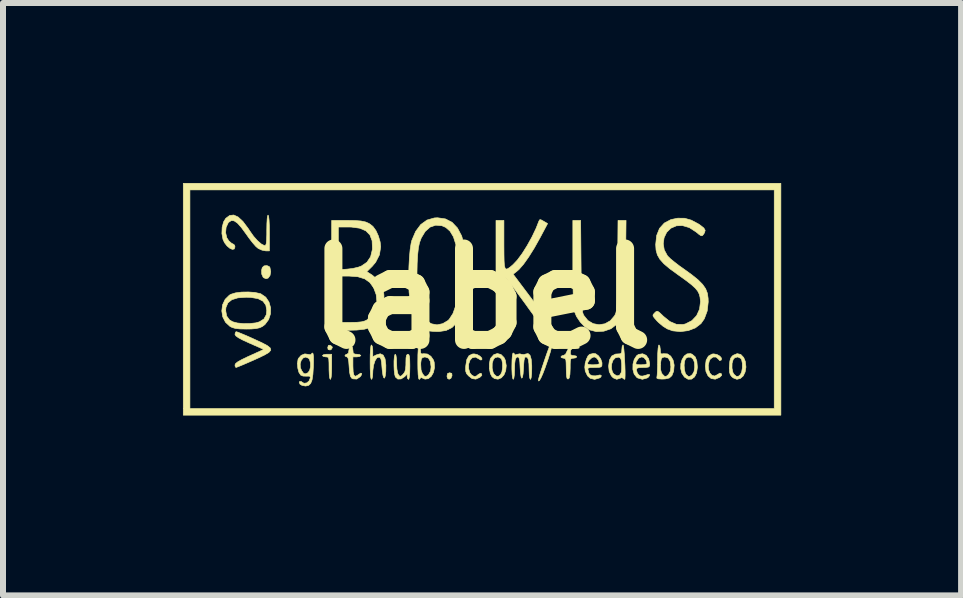
<source format=kicad_pcb>
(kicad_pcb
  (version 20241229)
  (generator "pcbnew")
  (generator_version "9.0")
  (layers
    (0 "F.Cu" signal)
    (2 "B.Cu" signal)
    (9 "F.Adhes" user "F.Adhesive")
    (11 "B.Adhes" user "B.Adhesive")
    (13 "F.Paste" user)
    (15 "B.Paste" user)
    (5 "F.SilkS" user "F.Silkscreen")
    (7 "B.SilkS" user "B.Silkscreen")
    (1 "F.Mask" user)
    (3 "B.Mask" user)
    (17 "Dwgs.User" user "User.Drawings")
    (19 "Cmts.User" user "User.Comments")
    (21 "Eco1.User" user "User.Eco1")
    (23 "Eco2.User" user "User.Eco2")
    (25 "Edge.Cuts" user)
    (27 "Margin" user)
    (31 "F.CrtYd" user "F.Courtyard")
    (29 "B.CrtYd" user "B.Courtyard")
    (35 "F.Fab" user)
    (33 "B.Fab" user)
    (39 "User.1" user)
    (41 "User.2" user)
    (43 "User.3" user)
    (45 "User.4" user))
  (footprint "label"
    (layer "F.Cu")
    (at 4.975 1.927)
    (property "Reference" "label" (at 0 0 0) (layer "F.SilkS") (effects (font (size 1.524 1.524) (thickness 0.3))))
    (attr through_hole)
    (fp_poly (pts (xy -2.491 0.799) (xy -2.485 0.817) (xy -2.503 0.848) (xy -2.523 0.857) (xy -2.555 0.85) (xy -2.562 0.817) (xy -2.551 0.781) (xy -2.523 0.777) (xy -2.491 0.799)) (stroke (width 0.01) (type solid)) (fill yes) (layer "F.SilkS"))
    (fp_poly (pts (xy -0.494 1.247) (xy -0.49 1.286) (xy -0.49 1.286) (xy -0.509 1.33) (xy -0.539 1.345) (xy -0.565 1.33) (xy -0.574 1.294) (xy -0.565 1.25) (xy -0.531 1.237) (xy -0.529 1.237) (xy -0.494 1.247)) (stroke (width 0.01) (type solid)) (fill yes) (layer "F.SilkS"))
    (fp_poly (pts (xy 4.992 1.944) (xy -4.97 1.944) (xy -4.97 -1.811) (xy -4.859 -1.811) (xy -4.859 1.833) (xy 4.881 1.833) (xy 4.881 -1.811) (xy -4.859 -1.811) (xy -4.97 -1.811) (xy -4.97 -1.922) (xy 4.992 -1.922) (xy 4.992 1.944)) (stroke (width 0.01) (type solid)) (fill yes) (layer "F.SilkS"))
    (fp_poly (pts (xy -3.536 -0.533) (xy -3.525 -0.517) (xy -3.512 -0.447) (xy -3.524 -0.384) (xy -3.555 -0.342) (xy -3.589 -0.331) (xy -3.625 -0.345) (xy -3.64 -0.358) (xy -3.662 -0.407) (xy -3.664 -0.474) (xy -3.653 -0.517) (xy -3.623 -0.545) (xy -3.576 -0.55) (xy -3.536 -0.533)) (stroke (width 0.01) (type solid)) (fill yes) (layer "F.SilkS"))
    (fp_poly (pts (xy -2.496 1.137) (xy -2.498 1.236) (xy -2.504 1.308) (xy -2.514 1.344) (xy -2.518 1.347) (xy -2.529 1.327) (xy -2.536 1.269) (xy -2.54 1.184) (xy -2.54 1.16) (xy -2.541 1.069) (xy -2.544 1.013) (xy -2.552 0.984) (xy -2.569 0.974) (xy -2.595 0.972) (xy -2.637 0.964) (xy -2.65 0.95) (xy -2.631 0.935) (xy -2.583 0.928) (xy -2.573 0.928) (xy -2.496 0.928) (xy -2.496 1.137)) (stroke (width 0.01) (type solid)) (fill yes) (layer "F.SilkS"))
    (fp_poly (pts (xy 1.178 0.763) (xy 1.17 0.812) (xy 1.147 0.897) (xy 1.108 1.021) (xy 1.101 1.04) (xy 1.061 1.155) (xy 1.024 1.252) (xy 0.992 1.323) (xy 0.967 1.366) (xy 0.953 1.374) (xy 0.95 1.358) (xy 0.957 1.326) (xy 0.975 1.263) (xy 1.002 1.178) (xy 1.034 1.082) (xy 1.067 0.984) (xy 1.099 0.893) (xy 1.126 0.82) (xy 1.145 0.774) (xy 1.151 0.763) (xy 1.172 0.748) (xy 1.178 0.763)) (stroke (width 0.01) (type solid)) (fill yes) (layer "F.SilkS"))
    (fp_poly (pts (xy 3.928 0.933) (xy 3.975 0.96) (xy 4.002 0.993) (xy 3.999 1.023) (xy 3.997 1.025) (xy 3.971 1.034) (xy 3.951 1.01) (xy 3.911 0.975) (xy 3.862 0.975) (xy 3.817 1.007) (xy 3.799 1.038) (xy 3.781 1.113) (xy 3.786 1.184) (xy 3.809 1.243) (xy 3.845 1.281) (xy 3.89 1.291) (xy 3.934 1.268) (xy 3.975 1.243) (xy 4 1.253) (xy 4.006 1.279) (xy 3.973 1.312) (xy 3.898 1.344) (xy 3.83 1.333) (xy 3.778 1.289) (xy 3.743 1.216) (xy 3.733 1.126) (xy 3.746 1.027) (xy 3.784 0.959) (xy 3.845 0.925) (xy 3.873 0.922) (xy 3.928 0.933)) (stroke (width 0.01) (type solid)) (fill yes) (layer "F.SilkS"))
    (fp_poly (pts (xy -0.071 0.933) (xy -0.024 0.96) (xy 0.007 0.993) (xy 0.008 1.02) (xy -0.015 1.024) (xy -0.043 1.006) (xy -0.1 0.975) (xy -0.153 0.987) (xy -0.19 1.027) (xy -0.213 1.093) (xy -0.213 1.169) (xy -0.192 1.238) (xy -0.162 1.275) (xy -0.118 1.3) (xy -0.083 1.291) (xy -0.055 1.267) (xy -0.017 1.245) (xy 0.003 1.253) (xy 0.007 1.281) (xy -0.025 1.312) (xy -0.093 1.343) (xy -0.156 1.334) (xy -0.213 1.29) (xy -0.247 1.252) (xy -0.262 1.211) (xy -0.263 1.152) (xy -0.26 1.113) (xy -0.243 1.014) (xy -0.207 0.952) (xy -0.152 0.925) (xy -0.123 0.922) (xy -0.071 0.933)) (stroke (width 0.01) (type solid)) (fill yes) (layer "F.SilkS"))
    (fp_poly (pts (xy -4.058 0.561) (xy -3.999 0.585) (xy -3.915 0.62) (xy -3.816 0.664) (xy -3.788 0.677) (xy -3.658 0.737) (xy -3.569 0.784) (xy -3.52 0.824) (xy -3.511 0.86) (xy -3.543 0.898) (xy -3.616 0.941) (xy -3.729 0.995) (xy -3.793 1.024) (xy -3.896 1.069) (xy -3.985 1.107) (xy -4.051 1.134) (xy -4.088 1.148) (xy -4.092 1.149) (xy -4.105 1.13) (xy -4.108 1.107) (xy -4.097 1.083) (xy -4.062 1.055) (xy -3.996 1.018) (xy -3.895 0.969) (xy -3.868 0.957) (xy -3.628 0.848) (xy -3.868 0.742) (xy -3.977 0.692) (xy -4.049 0.654) (xy -4.091 0.624) (xy -4.107 0.6) (xy -4.108 0.594) (xy -4.098 0.559) (xy -4.086 0.552) (xy -4.058 0.561)) (stroke (width 0.01) (type solid)) (fill yes) (layer "F.SilkS"))
    (fp_poly (pts (xy 0.326 0.932) (xy 0.377 0.983) (xy 0.398 1.027) (xy 0.414 1.119) (xy 0.405 1.202) (xy 0.376 1.272) (xy 0.332 1.321) (xy 0.277 1.344) (xy 0.218 1.334) (xy 0.177 1.303) (xy 0.149 1.251) (xy 0.134 1.174) (xy 0.133 1.16) (xy 0.179 1.16) (xy 0.195 1.231) (xy 0.213 1.263) (xy 0.253 1.297) (xy 0.287 1.295) (xy 0.319 1.268) (xy 0.341 1.224) (xy 0.352 1.155) (xy 0.352 1.082) (xy 0.34 1.021) (xy 0.327 0.998) (xy 0.277 0.973) (xy 0.226 0.985) (xy 0.2 1.015) (xy 0.18 1.081) (xy 0.179 1.16) (xy 0.133 1.16) (xy 0.132 1.089) (xy 0.146 1.014) (xy 0.155 0.993) (xy 0.205 0.936) (xy 0.265 0.916) (xy 0.326 0.932)) (stroke (width 0.01) (type solid)) (fill yes) (layer "F.SilkS"))
    (fp_poly (pts (xy -1.82 0.793) (xy -1.812 0.843) (xy -1.811 0.871) (xy -1.811 0.969) (xy -1.752 0.939) (xy -1.686 0.92) (xy -1.638 0.942) (xy -1.606 1.005) (xy -1.593 1.108) (xy -1.594 1.215) (xy -1.603 1.291) (xy -1.615 1.326) (xy -1.628 1.32) (xy -1.642 1.277) (xy -1.653 1.199) (xy -1.657 1.155) (xy -1.664 1.065) (xy -1.674 1.012) (xy -1.688 0.985) (xy -1.707 0.976) (xy -1.743 0.989) (xy -1.774 1.038) (xy -1.798 1.113) (xy -1.81 1.204) (xy -1.811 1.236) (xy -1.815 1.299) (xy -1.825 1.34) (xy -1.833 1.347) (xy -1.843 1.326) (xy -1.85 1.265) (xy -1.854 1.169) (xy -1.855 1.06) (xy -1.854 0.937) (xy -1.849 0.846) (xy -1.842 0.789) (xy -1.833 0.773) (xy -1.82 0.793)) (stroke (width 0.01) (type solid)) (fill yes) (layer "F.SilkS"))
    (fp_poly (pts (xy 3.513 0.928) (xy 3.563 0.971) (xy 3.591 1.04) (xy 3.6 1.142) (xy 3.6 1.147) (xy 3.587 1.239) (xy 3.553 1.306) (xy 3.503 1.343) (xy 3.445 1.345) (xy 3.384 1.308) (xy 3.382 1.305) (xy 3.34 1.242) (xy 3.322 1.167) (xy 3.324 1.11) (xy 3.379 1.11) (xy 3.384 1.183) (xy 3.399 1.245) (xy 3.414 1.268) (xy 3.45 1.298) (xy 3.479 1.295) (xy 3.516 1.267) (xy 3.544 1.217) (xy 3.556 1.144) (xy 3.551 1.066) (xy 3.533 1.015) (xy 3.493 0.978) (xy 3.441 0.977) (xy 3.406 0.998) (xy 3.387 1.042) (xy 3.379 1.11) (xy 3.324 1.11) (xy 3.324 1.088) (xy 3.345 1.016) (xy 3.381 0.957) (xy 3.428 0.922) (xy 3.485 0.917) (xy 3.513 0.928)) (stroke (width 0.01) (type solid)) (fill yes) (layer "F.SilkS"))
    (fp_poly (pts (xy 4.323 0.931) (xy 4.372 0.983) (xy 4.398 1.046) (xy 4.41 1.141) (xy 4.396 1.224) (xy 4.364 1.29) (xy 4.316 1.332) (xy 4.259 1.346) (xy 4.199 1.323) (xy 4.173 1.302) (xy 4.148 1.268) (xy 4.135 1.223) (xy 4.134 1.16) (xy 4.177 1.16) (xy 4.192 1.231) (xy 4.211 1.263) (xy 4.251 1.297) (xy 4.285 1.295) (xy 4.316 1.268) (xy 4.338 1.224) (xy 4.35 1.155) (xy 4.35 1.082) (xy 4.338 1.021) (xy 4.325 0.998) (xy 4.274 0.973) (xy 4.224 0.985) (xy 4.197 1.015) (xy 4.178 1.081) (xy 4.177 1.16) (xy 4.134 1.16) (xy 4.133 1.154) (xy 4.135 1.122) (xy 4.141 1.043) (xy 4.155 0.993) (xy 4.18 0.96) (xy 4.198 0.945) (xy 4.263 0.918) (xy 4.323 0.931)) (stroke (width 0.01) (type solid)) (fill yes) (layer "F.SilkS"))
    (fp_poly (pts (xy -2.149 0.815) (xy -2.142 0.861) (xy -2.137 0.908) (xy -2.111 0.926) (xy -2.076 0.928) (xy -2.03 0.934) (xy -2.01 0.949) (xy -2.01 0.95) (xy -2.029 0.965) (xy -2.075 0.972) (xy -2.076 0.972) (xy -2.142 0.972) (xy -2.142 1.125) (xy -2.138 1.222) (xy -2.125 1.278) (xy -2.1 1.296) (xy -2.063 1.277) (xy -2.053 1.269) (xy -2.012 1.243) (xy -1.994 1.251) (xy -2.006 1.284) (xy -2.021 1.303) (xy -2.079 1.342) (xy -2.141 1.338) (xy -2.164 1.326) (xy -2.184 1.294) (xy -2.198 1.226) (xy -2.205 1.139) (xy -2.212 1.048) (xy -2.223 0.994) (xy -2.238 0.973) (xy -2.244 0.972) (xy -2.272 0.959) (xy -2.275 0.95) (xy -2.257 0.93) (xy -2.242 0.928) (xy -2.216 0.908) (xy -2.209 0.861) (xy -2.199 0.809) (xy -2.176 0.795) (xy -2.149 0.815)) (stroke (width 0.01) (type solid)) (fill yes) (layer "F.SilkS"))
    (fp_poly (pts (xy -1.21 0.935) (xy -1.2 0.963) (xy -1.195 1.017) (xy -1.193 1.107) (xy -1.193 1.137) (xy -1.195 1.236) (xy -1.201 1.308) (xy -1.21 1.344) (xy -1.215 1.347) (xy -1.233 1.329) (xy -1.237 1.303) (xy -1.237 1.259) (xy -1.281 1.303) (xy -1.339 1.34) (xy -1.393 1.342) (xy -1.434 1.307) (xy -1.435 1.305) (xy -1.446 1.263) (xy -1.454 1.198) (xy -1.457 1.12) (xy -1.457 1.043) (xy -1.452 0.977) (xy -1.443 0.936) (xy -1.436 0.928) (xy -1.424 0.948) (xy -1.416 1.002) (xy -1.414 1.078) (xy -1.409 1.173) (xy -1.396 1.243) (xy -1.384 1.269) (xy -1.361 1.295) (xy -1.339 1.292) (xy -1.306 1.262) (xy -1.279 1.226) (xy -1.265 1.179) (xy -1.259 1.106) (xy -1.259 1.071) (xy -1.257 0.991) (xy -1.249 0.946) (xy -1.233 0.929) (xy -1.226 0.928) (xy -1.21 0.935)) (stroke (width 0.01) (type solid)) (fill yes) (layer "F.SilkS"))
    (fp_poly (pts (xy 1.576 0.781) (xy 1.624 0.801) (xy 1.631 0.822) (xy 1.598 0.834) (xy 1.563 0.834) (xy 1.512 0.835) (xy 1.491 0.855) (xy 1.484 0.889) (xy 1.485 0.933) (xy 1.509 0.948) (xy 1.534 0.95) (xy 1.576 0.957) (xy 1.59 0.972) (xy 1.571 0.988) (xy 1.535 0.994) (xy 1.507 0.996) (xy 1.49 1.008) (xy 1.482 1.041) (xy 1.48 1.102) (xy 1.48 1.158) (xy 1.476 1.262) (xy 1.464 1.324) (xy 1.444 1.342) (xy 1.428 1.332) (xy 1.421 1.304) (xy 1.416 1.245) (xy 1.414 1.166) (xy 1.414 1.156) (xy 1.412 1.072) (xy 1.408 1.024) (xy 1.396 1.001) (xy 1.376 0.994) (xy 1.369 0.994) (xy 1.333 0.985) (xy 1.325 0.972) (xy 1.343 0.953) (xy 1.365 0.95) (xy 1.402 0.929) (xy 1.426 0.88) (xy 1.462 0.809) (xy 1.515 0.778) (xy 1.576 0.781)) (stroke (width 0.01) (type solid)) (fill yes) (layer "F.SilkS"))
    (fp_poly (pts (xy 2.368 0.793) (xy 2.375 0.848) (xy 2.382 0.927) (xy 2.387 1.02) (xy 2.392 1.117) (xy 2.395 1.208) (xy 2.395 1.284) (xy 2.393 1.333) (xy 2.39 1.347) (xy 2.375 1.341) (xy 2.367 1.331) (xy 2.338 1.318) (xy 2.319 1.326) (xy 2.256 1.346) (xy 2.198 1.322) (xy 2.166 1.289) (xy 2.13 1.216) (xy 2.124 1.162) (xy 2.167 1.162) (xy 2.185 1.227) (xy 2.208 1.258) (xy 2.259 1.289) (xy 2.303 1.278) (xy 2.332 1.228) (xy 2.332 1.227) (xy 2.338 1.174) (xy 2.338 1.103) (xy 2.337 1.08) (xy 2.329 1.017) (xy 2.311 0.987) (xy 2.283 0.976) (xy 2.232 0.988) (xy 2.193 1.03) (xy 2.171 1.092) (xy 2.167 1.162) (xy 2.124 1.162) (xy 2.12 1.126) (xy 2.134 1.025) (xy 2.173 0.957) (xy 2.237 0.925) (xy 2.271 0.923) (xy 2.318 0.92) (xy 2.338 0.9) (xy 2.341 0.849) (xy 2.346 0.798) (xy 2.359 0.774) (xy 2.362 0.773) (xy 2.368 0.793)) (stroke (width 0.01) (type solid)) (fill yes) (layer "F.SilkS"))
    (fp_poly (pts (xy 2.974 0.793) (xy 2.981 0.841) (xy 2.982 0.853) (xy 2.985 0.905) (xy 2.999 0.923) (xy 3.033 0.92) (xy 3.034 0.919) (xy 3.101 0.922) (xy 3.156 0.96) (xy 3.195 1.025) (xy 3.213 1.109) (xy 3.205 1.204) (xy 3.202 1.217) (xy 3.175 1.285) (xy 3.132 1.324) (xy 3.063 1.34) (xy 3.008 1.342) (xy 2.948 1.338) (xy 2.924 1.326) (xy 2.925 1.309) (xy 2.93 1.275) (xy 2.934 1.208) (xy 2.937 1.116) (xy 2.937 1.101) (xy 2.986 1.101) (xy 2.987 1.185) (xy 3.002 1.239) (xy 3.017 1.261) (xy 3.053 1.296) (xy 3.08 1.297) (xy 3.118 1.267) (xy 3.151 1.208) (xy 3.158 1.138) (xy 3.147 1.048) (xy 3.114 0.992) (xy 3.06 0.974) (xy 3.047 0.975) (xy 3.015 0.984) (xy 2.998 1.008) (xy 2.989 1.057) (xy 2.986 1.101) (xy 2.937 1.101) (xy 2.938 1.025) (xy 2.939 0.913) (xy 2.945 0.83) (xy 2.953 0.783) (xy 2.96 0.773) (xy 2.974 0.793)) (stroke (width 0.01) (type solid)) (fill yes) (layer "F.SilkS"))
    (fp_poly (pts (xy -1.024 0.793) (xy -1.016 0.841) (xy -1.016 0.853) (xy -1.013 0.905) (xy -0.999 0.923) (xy -0.965 0.92) (xy -0.963 0.919) (xy -0.901 0.924) (xy -0.842 0.963) (xy -0.799 1.025) (xy -0.787 1.062) (xy -0.782 1.152) (xy -0.8 1.232) (xy -0.836 1.296) (xy -0.885 1.335) (xy -0.94 1.343) (xy -0.973 1.329) (xy -1.007 1.316) (xy -1.016 1.325) (xy -1.033 1.347) (xy -1.038 1.347) (xy -1.048 1.326) (xy -1.055 1.265) (xy -1.059 1.169) (xy -1.06 1.09) (xy -1.012 1.09) (xy -1.006 1.191) (xy -0.984 1.25) (xy -0.951 1.292) (xy -0.922 1.298) (xy -0.883 1.27) (xy -0.88 1.267) (xy -0.847 1.208) (xy -0.839 1.138) (xy -0.851 1.048) (xy -0.884 0.992) (xy -0.938 0.974) (xy -0.951 0.975) (xy -0.984 0.985) (xy -1.002 1.011) (xy -1.01 1.065) (xy -1.012 1.09) (xy -1.06 1.09) (xy -1.06 1.06) (xy -1.059 0.937) (xy -1.054 0.846) (xy -1.046 0.789) (xy -1.038 0.773) (xy -1.024 0.793)) (stroke (width 0.01) (type solid)) (fill yes) (layer "F.SilkS"))
    (fp_poly (pts (xy 2.746 0.946) (xy 2.788 1.004) (xy 2.805 1.085) (xy 2.805 1.092) (xy 2.802 1.125) (xy 2.784 1.142) (xy 2.741 1.148) (xy 2.695 1.149) (xy 2.628 1.151) (xy 2.595 1.161) (xy 2.585 1.183) (xy 2.584 1.191) (xy 2.599 1.241) (xy 2.62 1.269) (xy 2.65 1.29) (xy 2.69 1.292) (xy 2.752 1.274) (xy 2.777 1.265) (xy 2.802 1.265) (xy 2.802 1.285) (xy 2.78 1.313) (xy 2.762 1.324) (xy 2.683 1.346) (xy 2.606 1.324) (xy 2.59 1.314) (xy 2.546 1.259) (xy 2.525 1.182) (xy 2.526 1.096) (xy 2.527 1.09) (xy 2.575 1.09) (xy 2.596 1.101) (xy 2.651 1.104) (xy 2.662 1.104) (xy 2.722 1.1) (xy 2.757 1.088) (xy 2.761 1.081) (xy 2.746 1.028) (xy 2.71 0.986) (xy 2.674 0.972) (xy 2.622 0.992) (xy 2.582 1.052) (xy 2.577 1.066) (xy 2.575 1.09) (xy 2.527 1.09) (xy 2.547 1.015) (xy 2.587 0.953) (xy 2.618 0.931) (xy 2.687 0.92) (xy 2.746 0.946)) (stroke (width 0.01) (type solid)) (fill yes) (layer "F.SilkS"))
    (fp_poly (pts (xy -3.776 -0.102) (xy -3.689 -0.083) (xy -3.677 -0.079) (xy -3.595 -0.023) (xy -3.541 0.058) (xy -3.514 0.154) (xy -3.516 0.254) (xy -3.547 0.35) (xy -3.607 0.431) (xy -3.651 0.465) (xy -3.698 0.487) (xy -3.756 0.5) (xy -3.837 0.507) (xy -3.92 0.508) (xy -4.027 0.506) (xy -4.101 0.498) (xy -4.155 0.482) (xy -4.19 0.465) (xy -4.266 0.395) (xy -4.312 0.305) (xy -4.328 0.205) (xy -4.327 0.199) (xy -4.263 0.199) (xy -4.247 0.291) (xy -4.199 0.356) (xy -4.145 0.387) (xy -4.069 0.407) (xy -3.968 0.417) (xy -3.86 0.416) (xy -3.761 0.405) (xy -3.701 0.388) (xy -3.625 0.34) (xy -3.586 0.269) (xy -3.578 0.199) (xy -3.594 0.109) (xy -3.641 0.044) (xy -3.724 0.001) (xy -3.843 -0.019) (xy -3.92 -0.022) (xy -4.059 -0.012) (xy -4.16 0.019) (xy -4.226 0.072) (xy -4.259 0.149) (xy -4.263 0.199) (xy -4.327 0.199) (xy -4.315 0.104) (xy -4.272 0.013) (xy -4.201 -0.057) (xy -4.174 -0.072) (xy -4.099 -0.095) (xy -3.997 -0.108) (xy -3.884 -0.11) (xy -3.776 -0.102)) (stroke (width 0.01) (type solid)) (fill yes) (layer "F.SilkS"))
    (fp_poly (pts (xy 1.905 0.92) (xy 1.951 0.954) (xy 1.989 1.007) (xy 2.009 1.066) (xy 2.01 1.081) (xy 2.008 1.119) (xy 1.995 1.139) (xy 1.961 1.147) (xy 1.893 1.149) (xy 1.886 1.149) (xy 1.816 1.15) (xy 1.781 1.158) (xy 1.773 1.174) (xy 1.776 1.183) (xy 1.788 1.225) (xy 1.789 1.238) (xy 1.808 1.268) (xy 1.854 1.287) (xy 1.909 1.288) (xy 1.93 1.282) (xy 1.978 1.273) (xy 2 1.285) (xy 1.99 1.309) (xy 1.968 1.324) (xy 1.887 1.347) (xy 1.814 1.329) (xy 1.769 1.289) (xy 1.731 1.21) (xy 1.723 1.144) (xy 1.729 1.087) (xy 1.767 1.087) (xy 1.787 1.097) (xy 1.837 1.104) (xy 1.866 1.104) (xy 1.927 1.1) (xy 1.962 1.088) (xy 1.966 1.081) (xy 1.95 1.028) (xy 1.914 0.986) (xy 1.878 0.972) (xy 1.837 0.989) (xy 1.795 1.029) (xy 1.769 1.074) (xy 1.767 1.087) (xy 1.729 1.087) (xy 1.731 1.077) (xy 1.751 1.009) (xy 1.777 0.955) (xy 1.805 0.928) (xy 1.81 0.928) (xy 1.846 0.92) (xy 1.864 0.915) (xy 1.905 0.92)) (stroke (width 0.01) (type solid)) (fill yes) (layer "F.SilkS"))
    (fp_poly (pts (xy -2.806 0.919) (xy -2.799 0.968) (xy -2.799 1.057) (xy -2.801 1.132) (xy -2.809 1.263) (xy -2.823 1.355) (xy -2.846 1.414) (xy -2.88 1.447) (xy -2.928 1.458) (xy -2.935 1.458) (xy -2.991 1.447) (xy -3.024 1.427) (xy -3.037 1.393) (xy -3.029 1.382) (xy -2.999 1.384) (xy -2.993 1.391) (xy -2.958 1.412) (xy -2.912 1.406) (xy -2.875 1.375) (xy -2.872 1.371) (xy -2.851 1.318) (xy -2.862 1.293) (xy -2.907 1.293) (xy -2.91 1.294) (xy -2.973 1.292) (xy -3.012 1.276) (xy -3.042 1.231) (xy -3.061 1.16) (xy -3.066 1.088) (xy -3.021 1.088) (xy -3.018 1.151) (xy -2.996 1.202) (xy -2.965 1.245) (xy -2.939 1.256) (xy -2.901 1.241) (xy -2.892 1.236) (xy -2.864 1.199) (xy -2.849 1.138) (xy -2.85 1.07) (xy -2.866 1.014) (xy -2.881 0.995) (xy -2.929 0.975) (xy -2.971 0.99) (xy -3.004 1.031) (xy -3.021 1.088) (xy -3.066 1.088) (xy -3.067 1.082) (xy -3.057 1.014) (xy -3.049 0.996) (xy -3.004 0.946) (xy -2.944 0.922) (xy -2.889 0.93) (xy -2.85 0.937) (xy -2.838 0.928) (xy -2.819 0.906) (xy -2.806 0.919)) (stroke (width 0.01) (type solid)) (fill yes) (layer "F.SilkS"))
    (fp_poly (pts (xy 0.551 0.922) (xy 0.552 0.928) (xy 0.567 0.94) (xy 0.592 0.93) (xy 0.641 0.921) (xy 0.663 0.928) (xy 0.708 0.934) (xy 0.732 0.926) (xy 0.777 0.916) (xy 0.81 0.944) (xy 0.83 1.011) (xy 0.839 1.119) (xy 0.839 1.161) (xy 0.837 1.252) (xy 0.83 1.316) (xy 0.82 1.346) (xy 0.817 1.347) (xy 0.806 1.327) (xy 0.798 1.272) (xy 0.795 1.195) (xy 0.792 1.089) (xy 0.783 1.02) (xy 0.767 0.983) (xy 0.74 0.972) (xy 0.738 0.972) (xy 0.722 0.985) (xy 0.711 1.027) (xy 0.704 1.104) (xy 0.702 1.154) (xy 0.695 1.255) (xy 0.684 1.313) (xy 0.672 1.327) (xy 0.66 1.298) (xy 0.65 1.226) (xy 0.645 1.149) (xy 0.64 1.054) (xy 0.63 0.998) (xy 0.616 0.974) (xy 0.609 0.972) (xy 0.582 0.982) (xy 0.564 1.018) (xy 0.555 1.084) (xy 0.552 1.188) (xy 0.552 1.195) (xy 0.549 1.273) (xy 0.541 1.327) (xy 0.53 1.347) (xy 0.52 1.326) (xy 0.512 1.268) (xy 0.508 1.177) (xy 0.508 1.126) (xy 0.51 1.024) (xy 0.516 0.95) (xy 0.525 0.91) (xy 0.53 0.906) (xy 0.551 0.922)) (stroke (width 0.01) (type solid)) (fill yes) (layer "F.SilkS"))
    (fp_poly (pts (xy 1.661 -0.547) (xy 1.663 -0.341) (xy 1.665 -0.175) (xy 1.668 -0.043) (xy 1.671 0.059) (xy 1.675 0.135) (xy 1.681 0.191) (xy 1.688 0.231) (xy 1.697 0.26) (xy 1.707 0.281) (xy 1.775 0.366) (xy 1.863 0.418) (xy 1.961 0.436) (xy 2.059 0.42) (xy 2.148 0.37) (xy 2.219 0.287) (xy 2.231 0.264) (xy 2.241 0.238) (xy 2.249 0.204) (xy 2.255 0.158) (xy 2.259 0.093) (xy 2.263 0.007) (xy 2.265 -0.107) (xy 2.268 -0.253) (xy 2.27 -0.435) (xy 2.271 -0.547) (xy 2.277 -1.303) (xy 2.411 -1.303) (xy 2.403 -0.558) (xy 2.401 -0.343) (xy 2.398 -0.167) (xy 2.394 -0.025) (xy 2.388 0.087) (xy 2.379 0.174) (xy 2.367 0.242) (xy 2.351 0.295) (xy 2.33 0.338) (xy 2.303 0.376) (xy 2.27 0.414) (xy 2.257 0.428) (xy 2.159 0.503) (xy 2.04 0.544) (xy 1.915 0.551) (xy 1.799 0.521) (xy 1.723 0.47) (xy 1.648 0.392) (xy 1.586 0.3) (xy 1.548 0.21) (xy 1.541 0.156) (xy 1.535 0.062) (xy 1.53 -0.07) (xy 1.526 -0.237) (xy 1.524 -0.436) (xy 1.524 -0.595) (xy 1.524 -1.303) (xy 1.654 -1.303) (xy 1.661 -0.547)) (stroke (width 0.01) (type solid)) (fill yes) (layer "F.SilkS"))
    (fp_poly (pts (xy -4.056 -1.36) (xy -3.976 -1.286) (xy -3.889 -1.17) (xy -3.86 -1.126) (xy -3.798 -1.038) (xy -3.731 -0.963) (xy -3.668 -0.909) (xy -3.618 -0.884) (xy -3.61 -0.883) (xy -3.596 -0.892) (xy -3.586 -0.92) (xy -3.581 -0.976) (xy -3.578 -1.065) (xy -3.578 -1.137) (xy -3.576 -1.25) (xy -3.571 -1.334) (xy -3.563 -1.382) (xy -3.556 -1.391) (xy -3.547 -1.37) (xy -3.54 -1.309) (xy -3.535 -1.212) (xy -3.534 -1.093) (xy -3.534 -0.795) (xy -3.595 -0.795) (xy -3.657 -0.807) (xy -3.72 -0.835) (xy -3.76 -0.869) (xy -3.815 -0.932) (xy -3.876 -1.011) (xy -3.919 -1.072) (xy -4.001 -1.184) (xy -4.068 -1.259) (xy -4.123 -1.296) (xy -4.17 -1.3) (xy -4.213 -1.271) (xy -4.221 -1.262) (xy -4.256 -1.187) (xy -4.264 -1.098) (xy -4.244 -1.013) (xy -4.209 -0.96) (xy -4.166 -0.923) (xy -4.134 -0.906) (xy -4.131 -0.906) (xy -4.113 -0.887) (xy -4.108 -0.861) (xy -4.121 -0.826) (xy -4.152 -0.82) (xy -4.195 -0.839) (xy -4.241 -0.878) (xy -4.282 -0.931) (xy -4.308 -0.986) (xy -4.326 -1.084) (xy -4.322 -1.187) (xy -4.298 -1.278) (xy -4.262 -1.337) (xy -4.197 -1.385) (xy -4.129 -1.393) (xy -4.056 -1.36)) (stroke (width 0.01) (type solid)) (fill yes) (layer "F.SilkS"))
    (fp_poly (pts (xy 1.032 -1.292) (xy 1.037 -1.289) (xy 1.103 -1.25) (xy 0.979 -1.017) (xy 0.881 -0.842) (xy 0.787 -0.692) (xy 0.701 -0.571) (xy 0.626 -0.485) (xy 0.596 -0.459) (xy 0.529 -0.406) (xy 0.872 0.05) (xy 0.964 0.174) (xy 1.047 0.286) (xy 1.117 0.381) (xy 1.171 0.455) (xy 1.204 0.502) (xy 1.215 0.519) (xy 1.195 0.526) (xy 1.147 0.529) (xy 1.132 0.529) (xy 1.106 0.528) (xy 1.082 0.522) (xy 1.057 0.508) (xy 1.028 0.481) (xy 0.989 0.436) (xy 0.938 0.371) (xy 0.871 0.28) (xy 0.784 0.16) (xy 0.732 0.087) (xy 0.643 -0.034) (xy 0.563 -0.143) (xy 0.494 -0.234) (xy 0.441 -0.303) (xy 0.406 -0.344) (xy 0.395 -0.353) (xy 0.389 -0.332) (xy 0.384 -0.274) (xy 0.38 -0.184) (xy 0.377 -0.071) (xy 0.376 0.061) (xy 0.375 0.088) (xy 0.375 0.53) (xy 0.243 0.53) (xy 0.243 -1.303) (xy 0.375 -1.303) (xy 0.375 -0.895) (xy 0.376 -0.742) (xy 0.378 -0.629) (xy 0.383 -0.552) (xy 0.395 -0.507) (xy 0.413 -0.491) (xy 0.44 -0.498) (xy 0.479 -0.525) (xy 0.525 -0.564) (xy 0.598 -0.641) (xy 0.679 -0.75) (xy 0.762 -0.882) (xy 0.842 -1.026) (xy 0.912 -1.173) (xy 0.957 -1.288) (xy 0.97 -1.313) (xy 0.99 -1.315) (xy 1.032 -1.292)) (stroke (width 0.01) (type solid)) (fill yes) (layer "F.SilkS"))
    (fp_poly (pts (xy -2.108 -1.301) (xy -2.007 -1.293) (xy -1.931 -1.277) (xy -1.872 -1.251) (xy -1.82 -1.212) (xy -1.805 -1.198) (xy -1.758 -1.133) (xy -1.717 -1.043) (xy -1.688 -0.944) (xy -1.679 -0.863) (xy -1.7 -0.729) (xy -1.763 -0.606) (xy -1.819 -0.539) (xy -1.911 -0.448) (xy -1.826 -0.395) (xy -1.762 -0.343) (xy -1.702 -0.273) (xy -1.682 -0.243) (xy -1.651 -0.184) (xy -1.633 -0.128) (xy -1.625 -0.058) (xy -1.624 0.033) (xy -1.627 0.14) (xy -1.639 0.217) (xy -1.663 0.281) (xy -1.671 0.298) (xy -1.723 0.381) (xy -1.782 0.441) (xy -1.856 0.484) (xy -1.952 0.511) (xy -2.078 0.525) (xy -2.236 0.529) (xy -2.496 0.53) (xy -2.496 -0.375) (xy -2.385 -0.375) (xy -2.385 0.398) (xy -2.181 0.397) (xy -2.074 0.395) (xy -2 0.388) (xy -1.946 0.374) (xy -1.905 0.354) (xy -1.82 0.277) (xy -1.765 0.176) (xy -1.742 0.059) (xy -1.754 -0.065) (xy -1.796 -0.179) (xy -1.86 -0.268) (xy -1.946 -0.329) (xy -2.061 -0.364) (xy -2.209 -0.375) (xy -2.213 -0.375) (xy -2.385 -0.375) (xy -2.496 -0.375) (xy -2.496 -0.48) (xy -2.385 -0.48) (xy -2.236 -0.491) (xy -2.144 -0.502) (xy -2.057 -0.522) (xy -2.003 -0.541) (xy -1.908 -0.606) (xy -1.847 -0.697) (xy -1.818 -0.817) (xy -1.817 -0.838) (xy -1.822 -0.964) (xy -1.859 -1.061) (xy -1.927 -1.13) (xy -2.03 -1.173) (xy -2.168 -1.192) (xy -2.214 -1.193) (xy -2.385 -1.193) (xy -2.385 -0.48) (xy -2.496 -0.48) (xy -2.496 -1.303) (xy -2.243 -1.303) (xy -2.108 -1.301)) (stroke (width 0.01) (type solid)) (fill yes) (layer "F.SilkS"))
    (fp_poly (pts (xy -0.6 -1.328) (xy -0.489 -1.271) (xy -0.399 -1.176) (xy -0.329 -1.043) (xy -0.281 -0.871) (xy -0.253 -0.66) (xy -0.246 -0.411) (xy -0.25 -0.289) (xy -0.267 -0.058) (xy -0.299 0.133) (xy -0.346 0.286) (xy -0.409 0.402) (xy -0.49 0.483) (xy -0.589 0.532) (xy -0.708 0.55) (xy -0.734 0.55) (xy -0.806 0.547) (xy -0.864 0.541) (xy -0.883 0.536) (xy -0.978 0.478) (xy -1.06 0.382) (xy -1.127 0.252) (xy -1.176 0.094) (xy -1.194 0.000329) (xy -1.206 -0.107) (xy -1.211 -0.24) (xy -1.212 -0.388) (xy -1.211 -0.433) (xy -1.074 -0.433) (xy -1.073 -0.277) (xy -1.067 -0.129) (xy -1.056 0.002) (xy -1.041 0.103) (xy -1.032 0.137) (xy -0.987 0.247) (xy -0.927 0.34) (xy -0.859 0.405) (xy -0.83 0.421) (xy -0.74 0.438) (xy -0.645 0.418) (xy -0.559 0.367) (xy -0.537 0.346) (xy -0.474 0.248) (xy -0.426 0.111) (xy -0.395 -0.063) (xy -0.379 -0.271) (xy -0.381 -0.511) (xy -0.382 -0.53) (xy -0.398 -0.736) (xy -0.426 -0.901) (xy -0.467 -1.03) (xy -0.523 -1.123) (xy -0.594 -1.186) (xy -0.659 -1.214) (xy -0.762 -1.223) (xy -0.856 -1.191) (xy -0.937 -1.119) (xy -1.002 -1.012) (xy -1.032 -0.932) (xy -1.05 -0.847) (xy -1.063 -0.729) (xy -1.071 -0.588) (xy -1.074 -0.433) (xy -1.211 -0.433) (xy -1.208 -0.541) (xy -1.2 -0.688) (xy -1.188 -0.819) (xy -1.172 -0.922) (xy -1.16 -0.97) (xy -1.096 -1.12) (xy -1.011 -1.234) (xy -0.907 -1.309) (xy -0.784 -1.344) (xy -0.732 -1.347) (xy -0.6 -1.328)) (stroke (width 0.01) (type solid)) (fill yes) (layer "F.SilkS"))
    (fp_poly (pts (xy 3.386 -1.339) (xy 3.497 -1.308) (xy 3.616 -1.245) (xy 3.65 -1.222) (xy 3.708 -1.176) (xy 3.73 -1.137) (xy 3.718 -1.096) (xy 3.702 -1.071) (xy 3.683 -1.049) (xy 3.662 -1.047) (xy 3.628 -1.069) (xy 3.58 -1.109) (xy 3.466 -1.183) (xy 3.35 -1.217) (xy 3.251 -1.213) (xy 3.158 -1.173) (xy 3.088 -1.104) (xy 3.045 -1.014) (xy 3.031 -0.913) (xy 3.048 -0.811) (xy 3.1 -0.715) (xy 3.107 -0.707) (xy 3.148 -0.666) (xy 3.216 -0.61) (xy 3.3 -0.545) (xy 3.371 -0.495) (xy 3.509 -0.395) (xy 3.614 -0.31) (xy 3.688 -0.235) (xy 3.738 -0.163) (xy 3.767 -0.088) (xy 3.779 -0.005) (xy 3.781 0.056) (xy 3.764 0.207) (xy 3.716 0.336) (xy 3.66 0.417) (xy 3.566 0.489) (xy 3.448 0.534) (xy 3.318 0.551) (xy 3.189 0.538) (xy 3.099 0.506) (xy 3.027 0.461) (xy 2.953 0.399) (xy 2.925 0.371) (xy 2.88 0.319) (xy 2.86 0.288) (xy 2.864 0.265) (xy 2.888 0.239) (xy 2.888 0.238) (xy 2.913 0.216) (xy 2.935 0.211) (xy 2.963 0.228) (xy 3.009 0.271) (xy 3.032 0.294) (xy 3.142 0.383) (xy 3.25 0.429) (xy 3.359 0.432) (xy 3.4 0.423) (xy 3.507 0.369) (xy 3.587 0.285) (xy 3.636 0.177) (xy 3.652 0.051) (xy 3.644 -0.024) (xy 3.63 -0.076) (xy 3.605 -0.125) (xy 3.564 -0.175) (xy 3.501 -0.232) (xy 3.412 -0.301) (xy 3.292 -0.387) (xy 3.27 -0.403) (xy 3.139 -0.498) (xy 3.042 -0.58) (xy 2.975 -0.655) (xy 2.933 -0.728) (xy 2.911 -0.808) (xy 2.905 -0.9) (xy 2.905 -0.902) (xy 2.921 -1.051) (xy 2.969 -1.17) (xy 3.049 -1.259) (xy 3.16 -1.317) (xy 3.272 -1.34) (xy 3.386 -1.339)) (stroke (width 0.01) (type solid)) (fill yes) (layer "F.SilkS")))
  (gr_rect
    (start -3 -3)
    (end 12.971 6.875)
    (stroke (width 0.1) (type default))
    (fill no)
    (layer "Edge.Cuts")))
</source>
